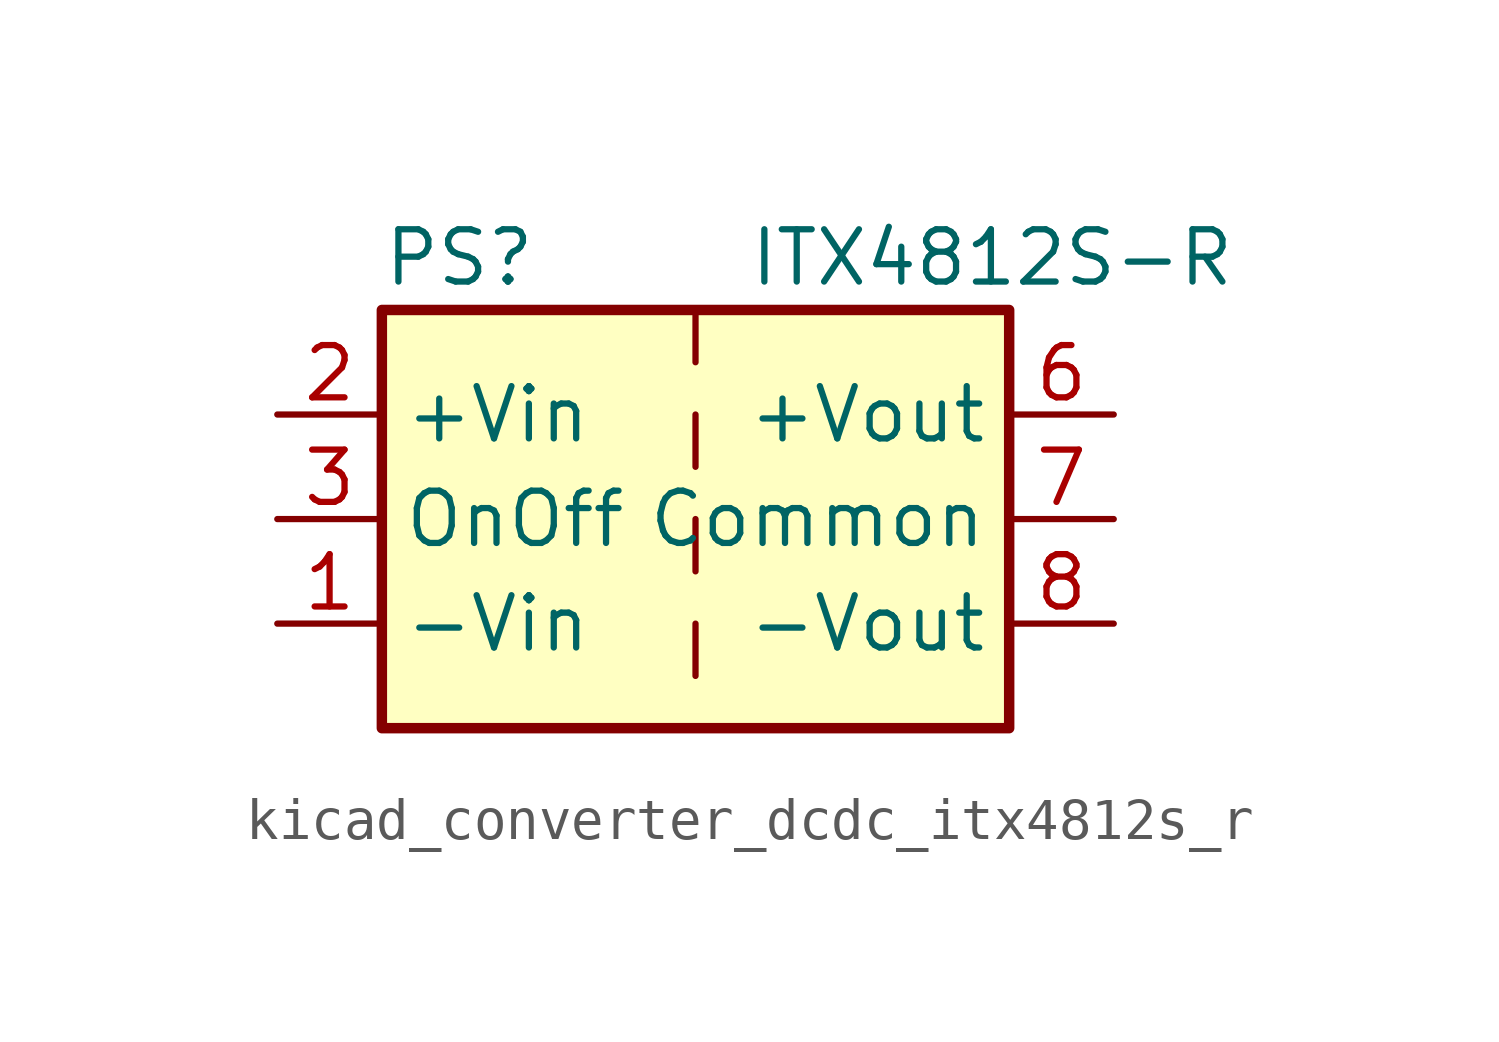
<source format=kicad_sym>
(kicad_symbol_lib
  (version 20220914)
  (generator kicad_symbol_editor)
  (symbol "kicad_converter_dcdc_itx4812s_r"
    (property "Reference" "PS"
      (at -7.62 6.35 0)
      (effects (font (size 1.27 1.27)) (justify left)))
    (property "Value" "ITX4812S-R"
      (at 1.27 6.35 0)
      (effects (font (size 1.27 1.27)) (justify left)))
    (symbol "kicad_converter_dcdc_itx4812s_r_0_0"
      (pin power_in line (at -10.16 -2.54 0) (length 2.54) (name "-Vin" (effects (font (size 1.27 1.27)))) (number "1" (effects (font (size 1.27 1.27)))))
      (pin power_in line (at -10.16 2.54 0) (length 2.54) (name "+Vin" (effects (font (size 1.27 1.27)))) (number "2" (effects (font (size 1.27 1.27)))))
      (pin input line (at -10.16 0 0) (length 2.54) (name "OnOff" (effects (font (size 1.27 1.27)))) (number "3" (effects (font (size 1.27 1.27)))))
      (pin no_connect line (at 0 5.08 270) (length 2.54) hide (name "NC" (effects (font (size 1.27 1.27)))) (number "5" (effects (font (size 1.27 1.27)))))
      (pin power_out line (at 10.16 2.54 180) (length 2.54) (name "+Vout" (effects (font (size 1.27 1.27)))) (number "6" (effects (font (size 1.27 1.27)))))
      (pin power_out line (at 10.16 0 180) (length 2.54) (name "Common" (effects (font (size 1.27 1.27)))) (number "7" (effects (font (size 1.27 1.27)))))
      (pin power_out line (at 10.16 -2.54 180) (length 2.54) (name "-Vout" (effects (font (size 1.27 1.27)))) (number "8" (effects (font (size 1.27 1.27))))))
    (symbol "kicad_converter_dcdc_itx4812s_r_0_1"
      (rectangle (start -7.62 5.08) (end 7.62 -5.08) (stroke (width 0.254) (type default)) (fill (type background)))
      (polyline (pts (xy 0 -2.54) (xy 0 -3.81)) (stroke (width 0) (type default)) (fill (type none)))
      (polyline (pts (xy 0 0) (xy 0 -1.27)) (stroke (width 0) (type default)) (fill (type none)))
      (polyline (pts (xy 0 2.54) (xy 0 1.27)) (stroke (width 0) (type default)) (fill (type none)))
      (polyline (pts (xy 0 5.08) (xy 0 3.81)) (stroke (width 0) (type default)) (fill (type none))))))
</source>
